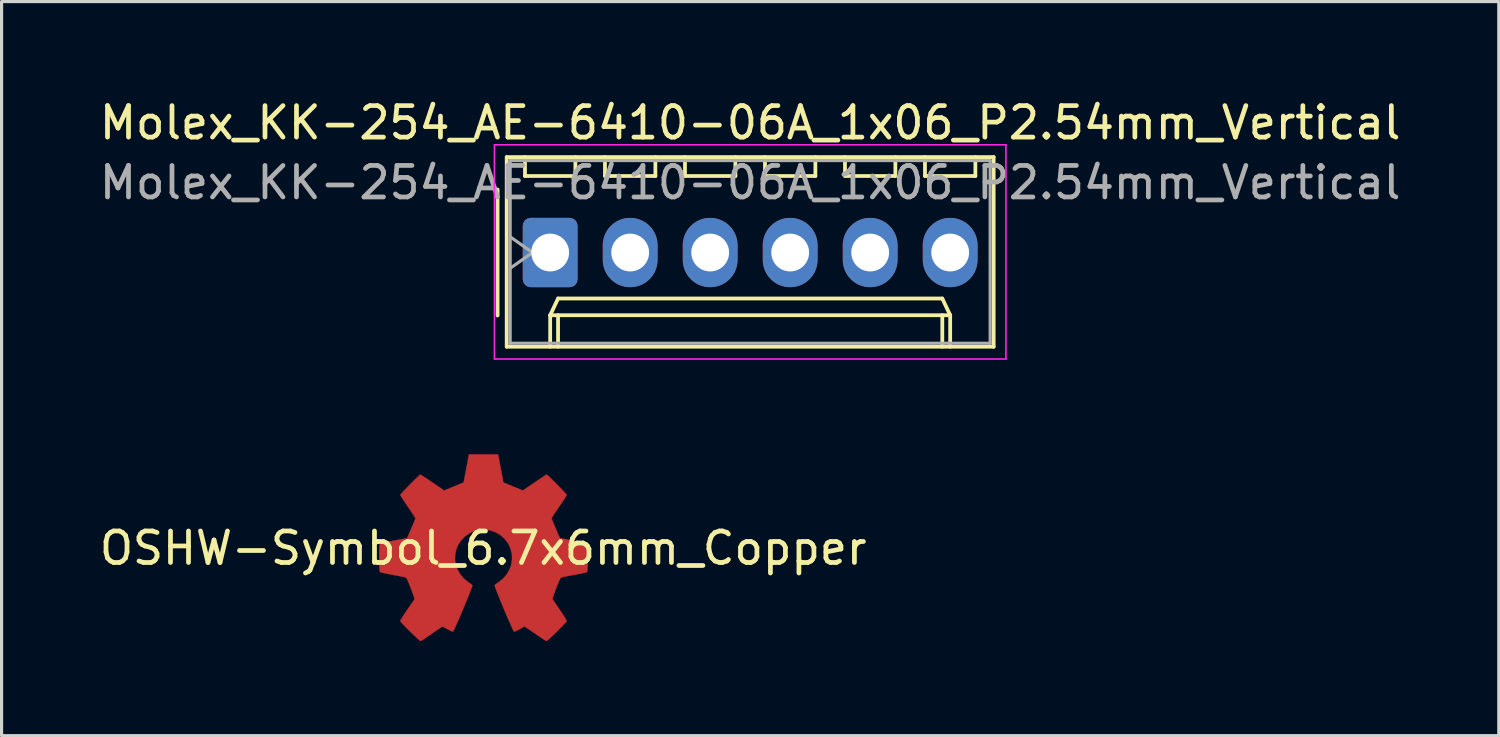
<source format=kicad_pcb>
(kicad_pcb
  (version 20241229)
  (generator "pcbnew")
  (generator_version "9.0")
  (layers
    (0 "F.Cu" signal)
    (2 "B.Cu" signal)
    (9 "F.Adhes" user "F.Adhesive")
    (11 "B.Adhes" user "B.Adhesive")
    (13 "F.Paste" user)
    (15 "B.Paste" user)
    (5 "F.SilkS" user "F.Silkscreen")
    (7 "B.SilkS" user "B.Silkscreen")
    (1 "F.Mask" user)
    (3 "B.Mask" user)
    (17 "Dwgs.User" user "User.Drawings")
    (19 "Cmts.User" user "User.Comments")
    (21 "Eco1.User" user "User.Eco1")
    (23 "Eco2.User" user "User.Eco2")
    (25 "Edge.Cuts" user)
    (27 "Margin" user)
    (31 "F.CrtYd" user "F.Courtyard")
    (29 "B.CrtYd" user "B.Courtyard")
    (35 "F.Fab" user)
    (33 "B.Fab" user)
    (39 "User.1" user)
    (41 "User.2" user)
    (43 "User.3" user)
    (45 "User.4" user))
  (footprint "Molex_KK-254_AE-6410-06A_1x06_P2.54mm_Vertical"
    (layer "F.Cu")
    (at 14.418 4.968)
    (property "Reference" "Molex_KK-254_AE-6410-06A_1x06_P2.54mm_Vertical" (at 6.35 -4.12 0) (layer "F.SilkS") (effects (font (size 1 1) (thickness 0.15))))
    (attr through_hole)
    (fp_line (start -1.67 -2) (end -1.67 2) (stroke (width 0.12) (type solid)) (layer "F.SilkS"))
    (fp_line (start -1.38 -3.03) (end -1.38 2.99) (stroke (width 0.12) (type solid)) (layer "F.SilkS"))
    (fp_line (start -1.38 2.99) (end 14.08 2.99) (stroke (width 0.12) (type solid)) (layer "F.SilkS"))
    (fp_line (start -0.8 -3.03) (end -0.8 -2.43) (stroke (width 0.12) (type solid)) (layer "F.SilkS"))
    (fp_line (start -0.8 -2.43) (end 0.8 -2.43) (stroke (width 0.12) (type solid)) (layer "F.SilkS"))
    (fp_line (start 0 1.99) (end 0.25 1.46) (stroke (width 0.12) (type solid)) (layer "F.SilkS"))
    (fp_line (start 0 1.99) (end 12.7 1.99) (stroke (width 0.12) (type solid)) (layer "F.SilkS"))
    (fp_line (start 0 2.99) (end 0 1.99) (stroke (width 0.12) (type solid)) (layer "F.SilkS"))
    (fp_line (start 0.25 1.46) (end 12.45 1.46) (stroke (width 0.12) (type solid)) (layer "F.SilkS"))
    (fp_line (start 0.25 2.99) (end 0.25 1.99) (stroke (width 0.12) (type solid)) (layer "F.SilkS"))
    (fp_line (start 0.8 -2.43) (end 0.8 -3.03) (stroke (width 0.12) (type solid)) (layer "F.SilkS"))
    (fp_line (start 1.74 -3.03) (end 1.74 -2.43) (stroke (width 0.12) (type solid)) (layer "F.SilkS"))
    (fp_line (start 1.74 -2.43) (end 3.34 -2.43) (stroke (width 0.12) (type solid)) (layer "F.SilkS"))
    (fp_line (start 3.34 -2.43) (end 3.34 -3.03) (stroke (width 0.12) (type solid)) (layer "F.SilkS"))
    (fp_line (start 4.28 -3.03) (end 4.28 -2.43) (stroke (width 0.12) (type solid)) (layer "F.SilkS"))
    (fp_line (start 4.28 -2.43) (end 5.88 -2.43) (stroke (width 0.12) (type solid)) (layer "F.SilkS"))
    (fp_line (start 5.88 -2.43) (end 5.88 -3.03) (stroke (width 0.12) (type solid)) (layer "F.SilkS"))
    (fp_line (start 6.82 -3.03) (end 6.82 -2.43) (stroke (width 0.12) (type solid)) (layer "F.SilkS"))
    (fp_line (start 6.82 -2.43) (end 8.42 -2.43) (stroke (width 0.12) (type solid)) (layer "F.SilkS"))
    (fp_line (start 8.42 -2.43) (end 8.42 -3.03) (stroke (width 0.12) (type solid)) (layer "F.SilkS"))
    (fp_line (start 9.36 -3.03) (end 9.36 -2.43) (stroke (width 0.12) (type solid)) (layer "F.SilkS"))
    (fp_line (start 9.36 -2.43) (end 10.96 -2.43) (stroke (width 0.12) (type solid)) (layer "F.SilkS"))
    (fp_line (start 10.96 -2.43) (end 10.96 -3.03) (stroke (width 0.12) (type solid)) (layer "F.SilkS"))
    (fp_line (start 11.9 -3.03) (end 11.9 -2.43) (stroke (width 0.12) (type solid)) (layer "F.SilkS"))
    (fp_line (start 11.9 -2.43) (end 13.5 -2.43) (stroke (width 0.12) (type solid)) (layer "F.SilkS"))
    (fp_line (start 12.45 1.46) (end 12.7 1.99) (stroke (width 0.12) (type solid)) (layer "F.SilkS"))
    (fp_line (start 12.45 2.99) (end 12.45 1.99) (stroke (width 0.12) (type solid)) (layer "F.SilkS"))
    (fp_line (start 12.7 1.99) (end 12.7 2.99) (stroke (width 0.12) (type solid)) (layer "F.SilkS"))
    (fp_line (start 13.5 -2.43) (end 13.5 -3.03) (stroke (width 0.12) (type solid)) (layer "F.SilkS"))
    (fp_line (start 14.08 -3.03) (end -1.38 -3.03) (stroke (width 0.12) (type solid)) (layer "F.SilkS"))
    (fp_line (start 14.08 2.99) (end 14.08 -3.03) (stroke (width 0.12) (type solid)) (layer "F.SilkS"))
    (fp_line (start -1.77 -3.42) (end -1.77 3.38) (stroke (width 0.05) (type solid)) (layer "F.CrtYd"))
    (fp_line (start -1.77 3.38) (end 14.47 3.38) (stroke (width 0.05) (type solid)) (layer "F.CrtYd"))
    (fp_line (start 14.47 -3.42) (end -1.77 -3.42) (stroke (width 0.05) (type solid)) (layer "F.CrtYd"))
    (fp_line (start 14.47 3.38) (end 14.47 -3.42) (stroke (width 0.05) (type solid)) (layer "F.CrtYd"))
    (fp_line (start -1.27 -2.92) (end -1.27 2.88) (stroke (width 0.1) (type solid)) (layer "F.Fab"))
    (fp_line (start -1.27 -0.5) (end -0.563 0) (stroke (width 0.1) (type solid)) (layer "F.Fab"))
    (fp_line (start -1.27 2.88) (end 13.97 2.88) (stroke (width 0.1) (type solid)) (layer "F.Fab"))
    (fp_line (start -0.563 0) (end -1.27 0.5) (stroke (width 0.1) (type solid)) (layer "F.Fab"))
    (fp_line (start 13.97 -2.92) (end -1.27 -2.92) (stroke (width 0.1) (type solid)) (layer "F.Fab"))
    (fp_line (start 13.97 2.88) (end 13.97 -2.92) (stroke (width 0.1) (type solid)) (layer "F.Fab"))
    (fp_text user "${REFERENCE}" (at 6.35 -2.22 0) (layer "F.Fab") (effects (font (size 1 1) (thickness 0.15))))
    (pad "1" thru_hole roundrect (at 0 0) (size 1.74 2.2) (drill 1.2) (layers "*.Cu" "*.Mask") (roundrect_rratio 0.144))
    (pad "2" thru_hole oval (at 2.54 0) (size 1.74 2.2) (drill 1.2) (layers "*.Cu" "*.Mask"))
    (pad "3" thru_hole oval (at 5.08 0) (size 1.74 2.2) (drill 1.2) (layers "*.Cu" "*.Mask"))
    (pad "4" thru_hole oval (at 7.62 0) (size 1.74 2.2) (drill 1.2) (layers "*.Cu" "*.Mask"))
    (pad "5" thru_hole oval (at 10.16 0) (size 1.74 2.2) (drill 1.2) (layers "*.Cu" "*.Mask"))
    (pad "6" thru_hole oval (at 12.7 0) (size 1.74 2.2) (drill 1.2) (layers "*.Cu" "*.Mask")))
  (footprint "OSHW-Symbol_6.7x6mm_Copper"
    (layer "F.Cu")
    (at 12.292 14.354)
    (property "Reference" "OSHW-Symbol_6.7x6mm_Copper" (at 0 0 0) (layer "F.SilkS") (effects (font (size 1 1) (thickness 0.15))))
    (attr exclude_from_pos_files exclude_from_bom)
    (fp_poly (pts (xy 0.556 -2.531) (xy 0.64 -2.086) (xy 0.949 -1.959) (xy 1.258 -1.831) (xy 1.629 -2.084) (xy 1.733 -2.154) (xy 1.827 -2.217) (xy 1.907 -2.269) (xy 1.967 -2.308) (xy 2.005 -2.331) (xy 2.015 -2.336) (xy 2.034 -2.323) (xy 2.073 -2.288) (xy 2.13 -2.235) (xy 2.198 -2.168) (xy 2.274 -2.093) (xy 2.353 -2.013) (xy 2.431 -1.932) (xy 2.504 -1.857) (xy 2.567 -1.79) (xy 2.615 -1.737) (xy 2.644 -1.702) (xy 2.651 -1.69) (xy 2.641 -1.669) (xy 2.613 -1.621) (xy 2.569 -1.553) (xy 2.513 -1.468) (xy 2.448 -1.371) (xy 2.41 -1.316) (xy 2.341 -1.215) (xy 2.28 -1.124) (xy 2.23 -1.047) (xy 2.193 -0.989) (xy 2.172 -0.955) (xy 2.169 -0.948) (xy 2.176 -0.927) (xy 2.195 -0.879) (xy 2.223 -0.811) (xy 2.257 -0.729) (xy 2.295 -0.64) (xy 2.333 -0.55) (xy 2.369 -0.467) (xy 2.4 -0.396) (xy 2.423 -0.346) (xy 2.435 -0.322) (xy 2.436 -0.321) (xy 2.455 -0.316) (xy 2.505 -0.306) (xy 2.581 -0.291) (xy 2.678 -0.272) (xy 2.791 -0.251) (xy 2.856 -0.239) (xy 2.977 -0.216) (xy 3.086 -0.194) (xy 3.177 -0.174) (xy 3.246 -0.158) (xy 3.287 -0.147) (xy 3.296 -0.143) (xy 3.304 -0.119) (xy 3.31 -0.064) (xy 3.315 0.015) (xy 3.318 0.112) (xy 3.32 0.22) (xy 3.321 0.333) (xy 3.319 0.445) (xy 3.317 0.549) (xy 3.312 0.638) (xy 3.307 0.707) (xy 3.299 0.748) (xy 3.295 0.757) (xy 3.269 0.767) (xy 3.213 0.782) (xy 3.136 0.799) (xy 3.044 0.818) (xy 3.012 0.824) (xy 2.858 0.852) (xy 2.735 0.875) (xy 2.642 0.893) (xy 2.572 0.908) (xy 2.523 0.919) (xy 2.491 0.929) (xy 2.471 0.938) (xy 2.459 0.947) (xy 2.457 0.948) (xy 2.44 0.976) (xy 2.415 1.031) (xy 2.383 1.105) (xy 2.347 1.192) (xy 2.311 1.286) (xy 2.275 1.379) (xy 2.244 1.466) (xy 2.219 1.539) (xy 2.203 1.592) (xy 2.199 1.618) (xy 2.2 1.619) (xy 2.214 1.64) (xy 2.245 1.687) (xy 2.291 1.755) (xy 2.349 1.838) (xy 2.413 1.933) (xy 2.432 1.96) (xy 2.498 2.057) (xy 2.556 2.146) (xy 2.603 2.221) (xy 2.635 2.278) (xy 2.651 2.311) (xy 2.651 2.315) (xy 2.638 2.336) (xy 2.603 2.377) (xy 2.549 2.435) (xy 2.482 2.505) (xy 2.406 2.582) (xy 2.326 2.662) (xy 2.245 2.74) (xy 2.17 2.811) (xy 2.103 2.872) (xy 2.051 2.918) (xy 2.017 2.944) (xy 2.008 2.948) (xy 1.986 2.938) (xy 1.941 2.911) (xy 1.88 2.872) (xy 1.834 2.84) (xy 1.749 2.782) (xy 1.65 2.714) (xy 1.549 2.646) (xy 1.496 2.609) (xy 1.313 2.486) (xy 1.16 2.569) (xy 1.091 2.605) (xy 1.031 2.633) (xy 0.991 2.649) (xy 0.981 2.651) (xy 0.969 2.635) (xy 0.945 2.588) (xy 0.91 2.516) (xy 0.868 2.422) (xy 0.818 2.31) (xy 0.764 2.186) (xy 0.708 2.053) (xy 0.65 1.916) (xy 0.593 1.779) (xy 0.538 1.646) (xy 0.488 1.522) (xy 0.443 1.411) (xy 0.407 1.317) (xy 0.381 1.244) (xy 0.366 1.197) (xy 0.363 1.181) (xy 0.382 1.16) (xy 0.424 1.127) (xy 0.48 1.088) (xy 0.484 1.085) (xy 0.628 0.969) (xy 0.744 0.835) (xy 0.831 0.686) (xy 0.889 0.526) (xy 0.915 0.36) (xy 0.91 0.192) (xy 0.871 0.026) (xy 0.799 -0.134) (xy 0.778 -0.169) (xy 0.667 -0.309) (xy 0.536 -0.422) (xy 0.39 -0.507) (xy 0.233 -0.563) (xy 0.069 -0.589) (xy -0.097 -0.585) (xy -0.26 -0.551) (xy -0.416 -0.485) (xy -0.56 -0.388) (xy -0.605 -0.348) (xy -0.719 -0.224) (xy -0.802 -0.094) (xy -0.859 0.052) (xy -0.89 0.197) (xy -0.898 0.36) (xy -0.872 0.523) (xy -0.815 0.682) (xy -0.729 0.831) (xy -0.617 0.964) (xy -0.482 1.075) (xy -0.464 1.087) (xy -0.408 1.126) (xy -0.365 1.159) (xy -0.345 1.18) (xy -0.344 1.181) (xy -0.349 1.204) (xy -0.366 1.256) (xy -0.395 1.333) (xy -0.433 1.431) (xy -0.478 1.545) (xy -0.53 1.672) (xy -0.585 1.806) (xy -0.643 1.943) (xy -0.7 2.08) (xy -0.757 2.211) (xy -0.81 2.333) (xy -0.858 2.441) (xy -0.899 2.532) (xy -0.932 2.599) (xy -0.954 2.64) (xy -0.963 2.651) (xy -0.99 2.643) (xy -1.04 2.62) (xy -1.106 2.588) (xy -1.142 2.569) (xy -1.295 2.486) (xy -1.477 2.609) (xy -1.57 2.672) (xy -1.672 2.742) (xy -1.767 2.807) (xy -1.815 2.84) (xy -1.882 2.885) (xy -1.939 2.921) (xy -1.979 2.943) (xy -1.991 2.948) (xy -2.01 2.935) (xy -2.051 2.9) (xy -2.11 2.847) (xy -2.185 2.778) (xy -2.269 2.698) (xy -2.323 2.646) (xy -2.416 2.554) (xy -2.497 2.472) (xy -2.562 2.403) (xy -2.608 2.351) (xy -2.631 2.319) (xy -2.633 2.312) (xy -2.623 2.287) (xy -2.594 2.237) (xy -2.551 2.167) (xy -2.496 2.082) (xy -2.432 1.986) (xy -2.413 1.96) (xy -2.347 1.863) (xy -2.287 1.776) (xy -2.238 1.704) (xy -2.202 1.65) (xy -2.183 1.622) (xy -2.181 1.619) (xy -2.184 1.596) (xy -2.199 1.545) (xy -2.223 1.474) (xy -2.253 1.389) (xy -2.288 1.296) (xy -2.325 1.202) (xy -2.361 1.113) (xy -2.393 1.038) (xy -2.419 0.981) (xy -2.437 0.95) (xy -2.438 0.948) (xy -2.449 0.94) (xy -2.468 0.931) (xy -2.498 0.921) (xy -2.543 0.91) (xy -2.608 0.896) (xy -2.697 0.879) (xy -2.813 0.857) (xy -2.962 0.83) (xy -2.994 0.824) (xy -3.089 0.805) (xy -3.172 0.787) (xy -3.235 0.772) (xy -3.271 0.76) (xy -3.276 0.757) (xy -3.284 0.732) (xy -3.291 0.677) (xy -3.296 0.597) (xy -3.3 0.5) (xy -3.302 0.392) (xy -3.302 0.279) (xy -3.301 0.167) (xy -3.298 0.064) (xy -3.294 -0.026) (xy -3.289 -0.094) (xy -3.281 -0.135) (xy -3.277 -0.143) (xy -3.253 -0.152) (xy -3.197 -0.166) (xy -3.117 -0.183) (xy -3.016 -0.204) (xy -2.901 -0.227) (xy -2.838 -0.239) (xy -2.719 -0.261) (xy -2.613 -0.281) (xy -2.524 -0.298) (xy -2.46 -0.311) (xy -2.423 -0.319) (xy -2.417 -0.321) (xy -2.407 -0.34) (xy -2.386 -0.387) (xy -2.356 -0.455) (xy -2.32 -0.537) (xy -2.282 -0.626) (xy -2.244 -0.716) (xy -2.209 -0.8) (xy -2.18 -0.871) (xy -2.16 -0.922) (xy -2.151 -0.948) (xy -2.151 -0.949) (xy -2.161 -0.968) (xy -2.189 -1.014) (xy -2.233 -1.081) (xy -2.289 -1.165) (xy -2.354 -1.261) (xy -2.392 -1.316) (xy -2.461 -1.418) (xy -2.522 -1.509) (xy -2.573 -1.587) (xy -2.61 -1.647) (xy -2.63 -1.683) (xy -2.633 -1.691) (xy -2.62 -1.709) (xy -2.585 -1.75) (xy -2.533 -1.807) (xy -2.467 -1.876) (xy -2.393 -1.953) (xy -2.314 -2.033) (xy -2.235 -2.113) (xy -2.16 -2.187) (xy -2.095 -2.25) (xy -2.043 -2.299) (xy -2.008 -2.329) (xy -1.996 -2.336) (xy -1.978 -2.326) (xy -1.933 -2.298) (xy -1.866 -2.255) (xy -1.781 -2.199) (xy -1.684 -2.133) (xy -1.611 -2.084) (xy -1.24 -1.831) (xy -0.621 -2.086) (xy -0.537 -2.531) (xy -0.453 -2.976) (xy 0.472 -2.976) (xy 0.556 -2.531)) (stroke (width 0.01) (type solid)) (fill yes) (layer "F.Cu")))
  (gr_rect
    (start -3 -3)
    (end 44.536 20.307)
    (stroke (width 0.1) (type default))
    (fill no)
    (layer "Edge.Cuts")))
</source>
